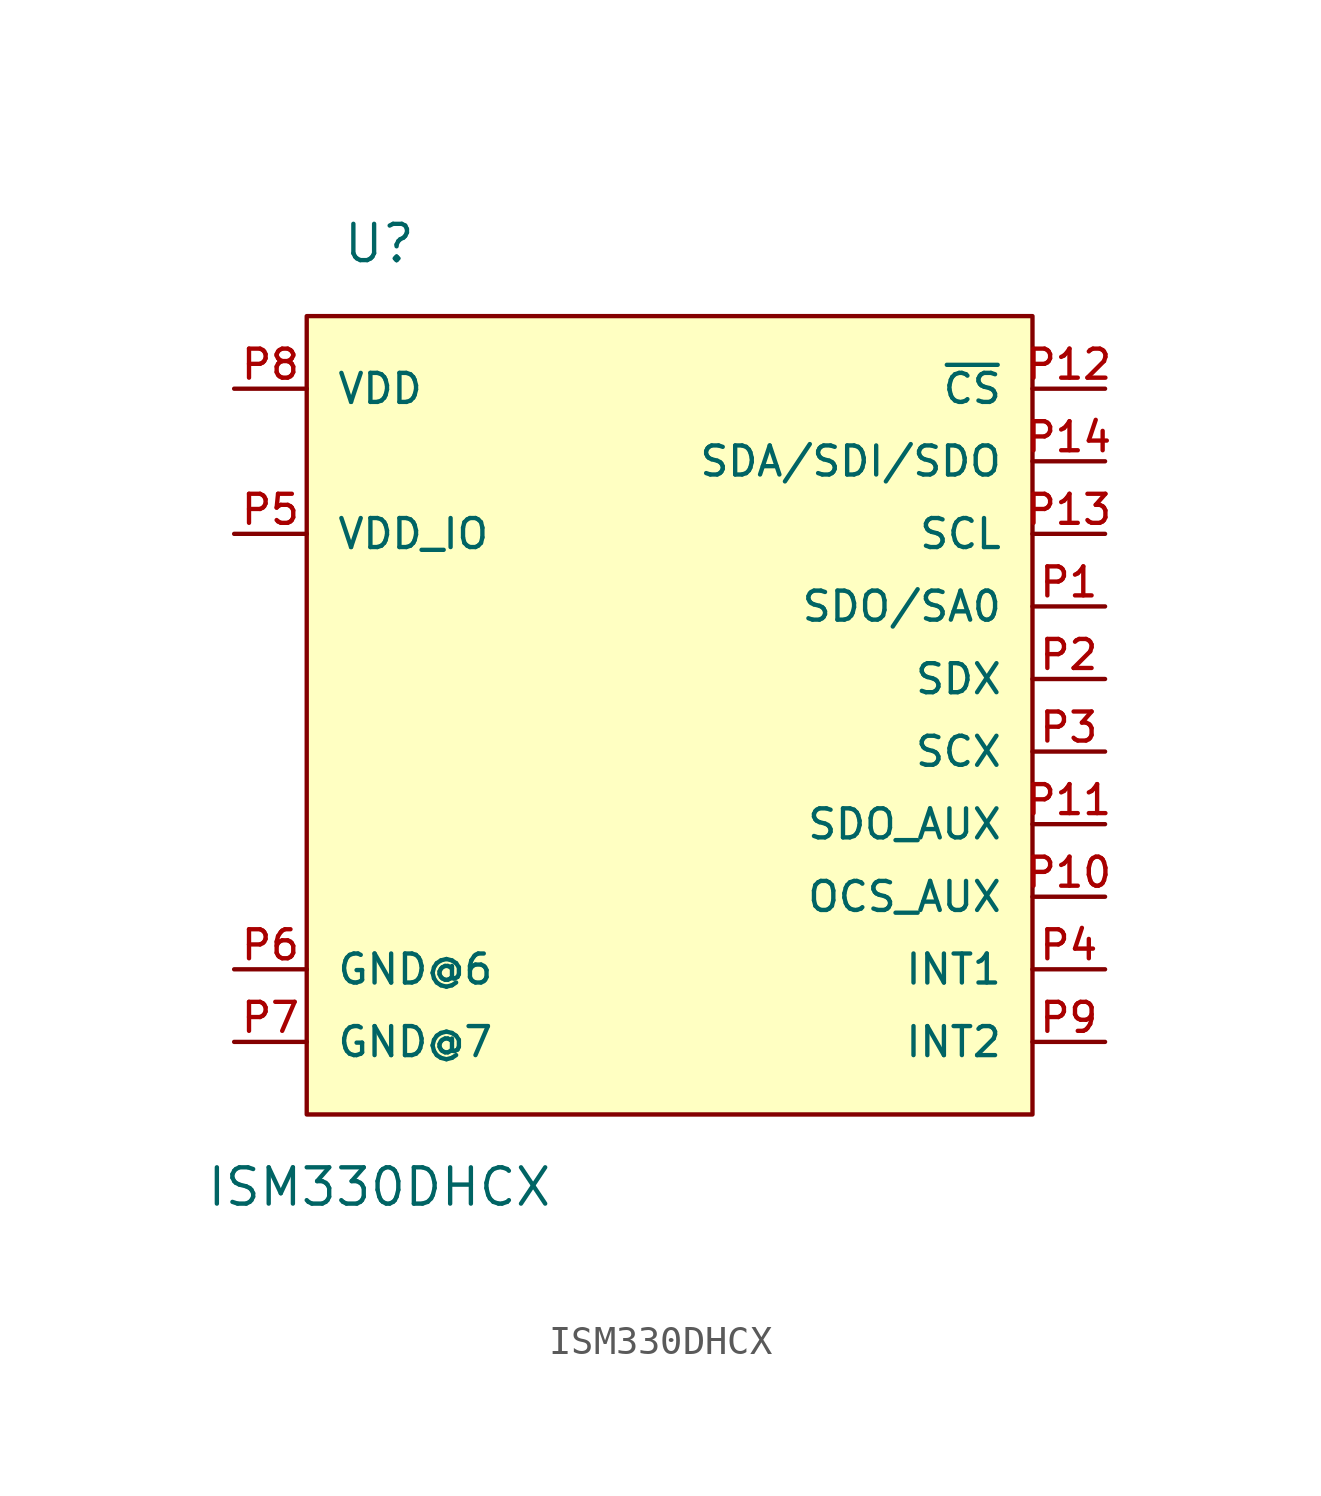
<source format=kicad_sym>
(kicad_symbol_lib
  (version 20211014)
  (generator kicad_symbol_editor)
  (symbol "ISM330DHCX"
    (pin_names
      (offset 1.016))
    (property "Reference" "U"
      (at -10.16 15.24 0)
      (effects (font (size 1.27 1.27))))
    (property "Value" "ISM330DHCX"
      (at -10.16 -17.78 0)
      (effects (font (size 1.27 1.27))))
    (symbol "ISM330DHCX_0_0"
      (rectangle (start -12.7 -15.24) (end 12.7 12.7) (stroke (width 0.152)) (fill (type background)))
      (pin power_in line (at -15.24 10.16 0) (length 2.54) (name "VDD" (effects (font (size 1.016 1.016)))) (number "P8" (effects (font (size 1.016 1.016)))))
      (pin power_in line (at -15.24 5.08 0) (length 2.54) (name "VDD_IO" (effects (font (size 1.016 1.016)))) (number "P5" (effects (font (size 1.016 1.016)))))
      (pin power_in line (at -15.24 -10.16 0) (length 2.54) (name "GND@6" (effects (font (size 1.016 1.016)))) (number "P6" (effects (font (size 1.016 1.016)))))
      (pin power_in line (at -15.24 -12.7 0) (length 2.54) (name "GND@7" (effects (font (size 1.016 1.016)))) (number "P7" (effects (font (size 1.016 1.016)))))
      (pin bidirectional line (at 15.24 7.62 180.0) (length 2.54) (name "SDA/SDI/SDO" (effects (font (size 1.016 1.016)))) (number "P14" (effects (font (size 1.016 1.016)))))
      (pin bidirectional line (at 15.24 5.08 180.0) (length 2.54) (name "SCL" (effects (font (size 1.016 1.016)))) (number "P13" (effects (font (size 1.016 1.016)))))
      (pin bidirectional line (at 15.24 10.16 180.0) (length 2.54) (name "~{CS}" (effects (font (size 1.016 1.016)))) (number "P12" (effects (font (size 1.016 1.016)))))
      (pin bidirectional line (at 15.24 2.54 180.0) (length 2.54) (name "SDO/SA0" (effects (font (size 1.016 1.016)))) (number "P1" (effects (font (size 1.016 1.016)))))
      (pin bidirectional line (at 15.24 0.0 180.0) (length 2.54) (name "SDX" (effects (font (size 1.016 1.016)))) (number "P2" (effects (font (size 1.016 1.016)))))
      (pin bidirectional line (at 15.24 -2.54 180.0) (length 2.54) (name "SCX" (effects (font (size 1.016 1.016)))) (number "P3" (effects (font (size 1.016 1.016)))))
      (pin bidirectional line (at 15.24 -5.08 180.0) (length 2.54) (name "SDO_AUX" (effects (font (size 1.016 1.016)))) (number "P11" (effects (font (size 1.016 1.016)))))
      (pin bidirectional line (at 15.24 -7.62 180.0) (length 2.54) (name "OCS_AUX" (effects (font (size 1.016 1.016)))) (number "P10" (effects (font (size 1.016 1.016)))))
      (pin bidirectional line (at 15.24 -10.16 180.0) (length 2.54) (name "INT1" (effects (font (size 1.016 1.016)))) (number "P4" (effects (font (size 1.016 1.016)))))
      (pin bidirectional line (at 15.24 -12.7 180.0) (length 2.54) (name "INT2" (effects (font (size 1.016 1.016)))) (number "P9" (effects (font (size 1.016 1.016))))))))
</source>
